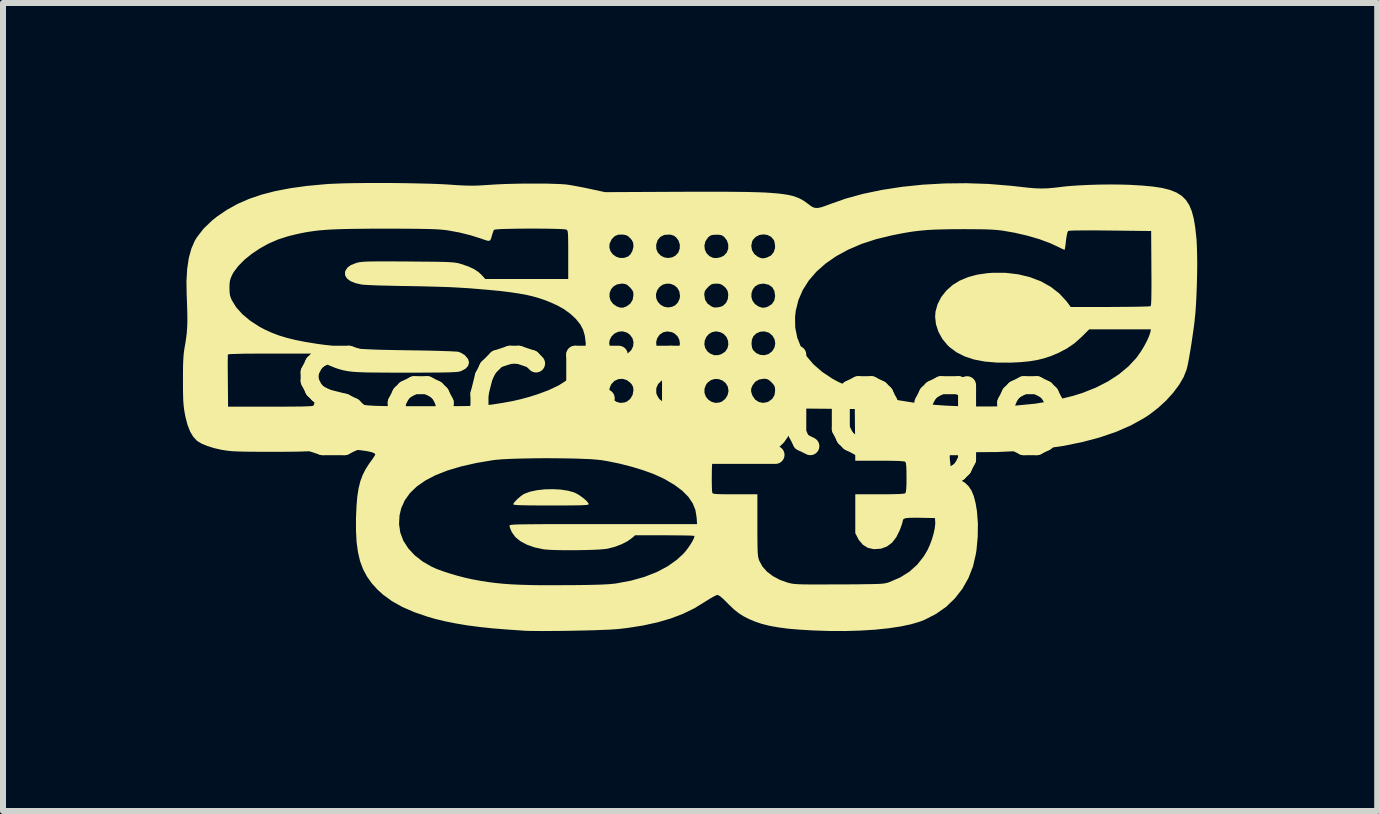
<source format=kicad_pcb>
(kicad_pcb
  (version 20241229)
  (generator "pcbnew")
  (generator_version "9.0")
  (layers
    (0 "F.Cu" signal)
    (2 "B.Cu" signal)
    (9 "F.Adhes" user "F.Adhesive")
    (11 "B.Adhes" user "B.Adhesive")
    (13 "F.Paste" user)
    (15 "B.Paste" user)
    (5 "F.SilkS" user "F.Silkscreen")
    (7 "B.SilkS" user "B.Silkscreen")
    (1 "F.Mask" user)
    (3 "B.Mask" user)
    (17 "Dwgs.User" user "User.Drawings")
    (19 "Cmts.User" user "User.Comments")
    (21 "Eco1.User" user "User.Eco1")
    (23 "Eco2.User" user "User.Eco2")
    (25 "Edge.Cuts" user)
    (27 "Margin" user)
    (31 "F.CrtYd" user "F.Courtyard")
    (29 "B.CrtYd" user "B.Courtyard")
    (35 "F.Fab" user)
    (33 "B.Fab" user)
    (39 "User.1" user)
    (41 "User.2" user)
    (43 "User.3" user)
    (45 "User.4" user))
  (footprint "SoCET_logo"
    (layer "F.Cu")
    (at 8.317 3.698)
    (property "Reference" "SoCET_logo" (at 0 0 0) (layer "F.SilkS") (effects (font (size 1.524 1.524) (thickness 0.3))))
    (attr board_only exclude_from_pos_files exclude_from_bom)
    (fp_poly (pts (xy -2.02 1.413) (xy -1.897 1.432) (xy -1.797 1.46) (xy -1.746 1.485) (xy -1.691 1.52) (xy -1.637 1.56) (xy -1.592 1.6) (xy -1.562 1.635) (xy -1.554 1.656) (xy -1.558 1.661) (xy -1.571 1.666) (xy -1.597 1.67) (xy -1.638 1.672) (xy -1.697 1.675) (xy -1.776 1.676) (xy -1.878 1.677) (xy -2.005 1.678) (xy -2.16 1.678) (xy -2.183 1.678) (xy -2.344 1.678) (xy -2.477 1.677) (xy -2.584 1.676) (xy -2.667 1.674) (xy -2.729 1.672) (xy -2.772 1.669) (xy -2.798 1.665) (xy -2.81 1.661) (xy -2.812 1.658) (xy -2.8 1.634) (xy -2.771 1.6) (xy -2.73 1.56) (xy -2.685 1.522) (xy -2.643 1.492) (xy -2.63 1.485) (xy -2.535 1.449) (xy -2.419 1.424) (xy -2.289 1.409) (xy -2.153 1.406)) (stroke (width 0) (type solid)) (fill yes) (layer "F.SilkS"))
    (fp_poly (pts (xy -4.911 -3.698) (xy -4.717 -3.696) (xy -4.526 -3.693) (xy -4.343 -3.689) (xy -4.175 -3.685) (xy -4.025 -3.679) (xy -3.898 -3.672) (xy -3.898 -3.672) (xy -3.768 -3.663) (xy -3.663 -3.657) (xy -3.575 -3.654) (xy -3.497 -3.653) (xy -3.422 -3.654) (xy -3.344 -3.658) (xy -3.255 -3.664) (xy -3.206 -3.667) (xy -3.093 -3.674) (xy -2.963 -3.68) (xy -2.822 -3.684) (xy -2.675 -3.687) (xy -2.526 -3.688) (xy -2.38 -3.688) (xy -2.243 -3.687) (xy -2.119 -3.683) (xy -2.014 -3.679) (xy -1.931 -3.673) (xy -1.895 -3.668) (xy -1.832 -3.658) (xy -1.747 -3.642) (xy -1.651 -3.624) (xy -1.554 -3.604) (xy -1.522 -3.597) (xy -1.282 -3.545) (xy -0.07 -3.551) (xy 0.216 -3.552) (xy 0.472 -3.552) (xy 0.702 -3.552) (xy 0.906 -3.55) (xy 1.086 -3.548) (xy 1.244 -3.544) (xy 1.383 -3.539) (xy 1.504 -3.531) (xy 1.608 -3.522) (xy 1.699 -3.511) (xy 1.777 -3.498) (xy 1.845 -3.482) (xy 1.904 -3.463) (xy 1.956 -3.442) (xy 2.004 -3.417) (xy 2.048 -3.39) (xy 2.091 -3.358) (xy 2.126 -3.332) (xy 2.169 -3.301) (xy 2.211 -3.284) (xy 2.258 -3.281) (xy 2.315 -3.291) (xy 2.389 -3.315) (xy 2.455 -3.34) (xy 2.726 -3.436) (xy 3.021 -3.517) (xy 3.338 -3.583) (xy 3.671 -3.634) (xy 4.018 -3.67) (xy 4.376 -3.69) (xy 4.74 -3.694) (xy 5.108 -3.682) (xy 5.475 -3.652) (xy 5.631 -3.635) (xy 5.772 -3.619) (xy 5.891 -3.609) (xy 5.998 -3.606) (xy 6.099 -3.609) (xy 6.203 -3.618) (xy 6.284 -3.628) (xy 6.424 -3.644) (xy 6.587 -3.656) (xy 6.767 -3.665) (xy 6.957 -3.671) (xy 7.148 -3.673) (xy 7.334 -3.671) (xy 7.463 -3.667) (xy 7.672 -3.655) (xy 7.852 -3.638) (xy 8.005 -3.615) (xy 8.135 -3.582) (xy 8.243 -3.539) (xy 8.331 -3.484) (xy 8.402 -3.414) (xy 8.457 -3.329) (xy 8.5 -3.225) (xy 8.533 -3.101) (xy 8.557 -2.956) (xy 8.575 -2.788) (xy 8.578 -2.761) (xy 8.584 -2.647) (xy 8.588 -2.508) (xy 8.59 -2.352) (xy 8.588 -2.185) (xy 8.584 -2.013) (xy 8.578 -1.843) (xy 8.57 -1.682) (xy 8.56 -1.536) (xy 8.547 -1.412) (xy 8.547 -1.405) (xy 8.531 -1.278) (xy 8.512 -1.147) (xy 8.493 -1.017) (xy 8.473 -0.894) (xy 8.454 -0.783) (xy 8.436 -0.688) (xy 8.42 -0.616) (xy 8.412 -0.586) (xy 8.363 -0.462) (xy 8.287 -0.332) (xy 8.189 -0.201) (xy 8.072 -0.072) (xy 7.939 0.05) (xy 7.795 0.162) (xy 7.704 0.221) (xy 7.484 0.343) (xy 7.237 0.451) (xy 6.964 0.544) (xy 6.666 0.623) (xy 6.346 0.687) (xy 6.003 0.736) (xy 5.638 0.769) (xy 5.254 0.787) (xy 4.85 0.79) (xy 4.834 0.789) (xy 4.716 0.788) (xy 4.626 0.788) (xy 4.559 0.791) (xy 4.513 0.798) (xy 4.485 0.81) (xy 4.469 0.829) (xy 4.464 0.856) (xy 4.465 0.892) (xy 4.468 0.922) (xy 4.478 1.02) (xy 4.49 1.092) (xy 4.507 1.144) (xy 4.531 1.182) (xy 4.565 1.212) (xy 4.613 1.239) (xy 4.638 1.252) (xy 4.716 1.297) (xy 4.778 1.356) (xy 4.828 1.431) (xy 4.867 1.527) (xy 4.897 1.646) (xy 4.918 1.775) (xy 4.934 1.979) (xy 4.931 2.199) (xy 4.91 2.424) (xy 4.9 2.486) (xy 4.852 2.694) (xy 4.776 2.888) (xy 4.676 3.066) (xy 4.551 3.226) (xy 4.405 3.367) (xy 4.237 3.485) (xy 4.051 3.581) (xy 3.968 3.614) (xy 3.82 3.658) (xy 3.644 3.695) (xy 3.445 3.725) (xy 3.223 3.748) (xy 2.983 3.763) (xy 2.726 3.771) (xy 2.457 3.77) (xy 2.183 3.761) (xy 1.965 3.748) (xy 1.774 3.732) (xy 1.607 3.71) (xy 1.461 3.684) (xy 1.33 3.651) (xy 1.213 3.611) (xy 1.123 3.573) (xy 1.028 3.525) (xy 0.945 3.472) (xy 0.864 3.407) (xy 0.777 3.324) (xy 0.753 3.299) (xy 0.687 3.234) (xy 0.638 3.192) (xy 0.604 3.172) (xy 0.591 3.169) (xy 0.565 3.178) (xy 0.52 3.201) (xy 0.461 3.235) (xy 0.394 3.277) (xy 0.38 3.286) (xy 0.205 3.393) (xy 0.018 3.484) (xy -0.184 3.561) (xy -0.406 3.626) (xy -0.649 3.679) (xy -0.917 3.721) (xy -1.056 3.737) (xy -1.12 3.742) (xy -1.21 3.748) (xy -1.322 3.752) (xy -1.451 3.757) (xy -1.592 3.761) (xy -1.741 3.764) (xy -1.894 3.767) (xy -2.045 3.769) (xy -2.189 3.77) (xy -2.323 3.771) (xy -2.441 3.77) (xy -2.54 3.769) (xy -2.613 3.766) (xy -2.618 3.766) (xy -2.897 3.747) (xy -3.148 3.727) (xy -3.375 3.703) (xy -3.582 3.676) (xy -3.771 3.644) (xy -3.947 3.609) (xy -4.112 3.569) (xy -4.237 3.533) (xy -4.462 3.456) (xy -4.659 3.37) (xy -4.831 3.274) (xy -4.98 3.166) (xy -5.071 3.084) (xy -5.169 2.976) (xy -5.25 2.862) (xy -5.315 2.74) (xy -5.365 2.606) (xy -5.4 2.456) (xy -5.423 2.287) (xy -5.433 2.095) (xy -5.433 1.99) (xy -4.715 1.99) (xy -4.694 2.132) (xy -4.643 2.266) (xy -4.563 2.391) (xy -4.456 2.507) (xy -4.323 2.611) (xy -4.171 2.699) (xy -4.091 2.735) (xy -3.988 2.773) (xy -3.869 2.812) (xy -3.743 2.849) (xy -3.616 2.882) (xy -3.495 2.909) (xy -3.483 2.911) (xy -3.359 2.934) (xy -3.238 2.953) (xy -3.116 2.969) (xy -2.989 2.982) (xy -2.854 2.992) (xy -2.707 2.999) (xy -2.544 3.004) (xy -2.36 3.007) (xy -2.154 3.007) (xy -1.92 3.006) (xy -1.919 3.006) (xy -1.739 3.005) (xy -1.587 3.003) (xy -1.46 3) (xy -1.355 2.997) (xy -1.267 2.993) (xy -1.194 2.988) (xy -1.132 2.982) (xy -1.093 2.977) (xy -0.848 2.931) (xy -0.623 2.868) (xy -0.419 2.788) (xy -0.238 2.692) (xy -0.082 2.581) (xy 0.026 2.481) (xy 0.07 2.43) (xy 0.113 2.372) (xy 0.152 2.313) (xy 0.183 2.259) (xy 0.203 2.216) (xy 0.209 2.189) (xy 0.207 2.185) (xy 0.189 2.183) (xy 0.145 2.18) (xy 0.077 2.178) (xy -0.011 2.177) (xy -0.115 2.176) (xy -0.231 2.175) (xy -0.292 2.175) (xy -0.78 2.175) (xy -0.837 2.224) (xy -0.911 2.276) (xy -1.007 2.325) (xy -1.115 2.366) (xy -1.227 2.395) (xy -1.251 2.4) (xy -1.311 2.407) (xy -1.396 2.413) (xy -1.501 2.418) (xy -1.619 2.421) (xy -1.745 2.423) (xy -1.872 2.424) (xy -1.996 2.423) (xy -2.109 2.421) (xy -2.207 2.417) (xy -2.283 2.411) (xy -2.315 2.407) (xy -2.459 2.376) (xy -2.587 2.33) (xy -2.693 2.273) (xy -2.776 2.205) (xy -2.832 2.128) (xy -2.834 2.125) (xy -2.856 2.076) (xy -2.871 2.035) (xy -2.874 2.017) (xy -2.873 2.012) (xy -2.869 2.008) (xy -2.859 2.004) (xy -2.843 2.001) (xy -2.819 1.999) (xy -2.784 1.996) (xy -2.736 1.994) (xy -2.675 1.993) (xy -2.598 1.992) (xy -2.504 1.991) (xy -2.39 1.99) (xy -2.256 1.989) (xy -2.098 1.989) (xy -1.916 1.989) (xy -1.707 1.989) (xy -1.47 1.989) (xy -1.311 1.989) (xy 0.253 1.989) (xy 0.245 1.875) (xy 0.225 1.753) (xy 0.179 1.64) (xy 0.106 1.533) (xy 0.005 1.431) (xy -0.124 1.335) (xy -0.283 1.241) (xy -0.334 1.215) (xy -0.38 1.195) (xy 0.498 1.195) (xy 0.498 1.274) (xy 0.499 1.348) (xy 0.501 1.41) (xy 0.504 1.452) (xy 0.507 1.467) (xy 0.513 1.475) (xy 0.527 1.481) (xy 0.553 1.485) (xy 0.595 1.488) (xy 0.656 1.49) (xy 0.739 1.491) (xy 0.849 1.491) (xy 0.887 1.491) (xy 1.258 1.491) (xy 1.258 2.003) (xy 1.258 2.144) (xy 1.259 2.258) (xy 1.26 2.348) (xy 1.262 2.418) (xy 1.264 2.471) (xy 1.268 2.512) (xy 1.273 2.544) (xy 1.28 2.571) (xy 1.288 2.596) (xy 1.29 2.6) (xy 1.341 2.694) (xy 1.418 2.781) (xy 1.519 2.857) (xy 1.638 2.92) (xy 1.772 2.967) (xy 1.774 2.967) (xy 1.802 2.974) (xy 1.831 2.98) (xy 1.863 2.985) (xy 1.902 2.988) (xy 1.951 2.991) (xy 2.013 2.993) (xy 2.09 2.994) (xy 2.186 2.995) (xy 2.305 2.995) (xy 2.448 2.994) (xy 2.618 2.993) (xy 2.625 2.993) (xy 2.796 2.993) (xy 2.939 2.992) (xy 3.056 2.99) (xy 3.151 2.989) (xy 3.227 2.987) (xy 3.287 2.985) (xy 3.333 2.982) (xy 3.37 2.978) (xy 3.398 2.973) (xy 3.423 2.967) (xy 3.446 2.96) (xy 3.464 2.953) (xy 3.64 2.877) (xy 3.792 2.782) (xy 3.921 2.666) (xy 4.03 2.529) (xy 4.093 2.423) (xy 4.132 2.337) (xy 4.168 2.242) (xy 4.196 2.145) (xy 4.215 2.055) (xy 4.223 1.982) (xy 4.223 1.963) (xy 4.218 1.888) (xy 3.971 1.883) (xy 3.869 1.882) (xy 3.793 1.884) (xy 3.74 1.888) (xy 3.707 1.897) (xy 3.689 1.91) (xy 3.682 1.929) (xy 3.682 1.937) (xy 3.676 1.96) (xy 3.662 2.005) (xy 3.642 2.062) (xy 3.633 2.086) (xy 3.574 2.206) (xy 3.503 2.298) (xy 3.417 2.362) (xy 3.319 2.398) (xy 3.208 2.406) (xy 3.192 2.405) (xy 3.097 2.383) (xy 3.017 2.333) (xy 2.952 2.257) (xy 2.933 2.223) (xy 2.89 2.14) (xy 2.89 1.491) (xy 3.298 1.491) (xy 3.434 1.491) (xy 3.541 1.489) (xy 3.621 1.487) (xy 3.677 1.483) (xy 3.712 1.478) (xy 3.725 1.473) (xy 3.733 1.451) (xy 3.739 1.404) (xy 3.743 1.329) (xy 3.744 1.226) (xy 3.744 1.212) (xy 3.743 1.105) (xy 3.74 1.027) (xy 3.734 0.976) (xy 3.726 0.952) (xy 3.725 0.951) (xy 3.709 0.945) (xy 3.673 0.94) (xy 3.615 0.936) (xy 3.532 0.934) (xy 3.422 0.932) (xy 3.298 0.932) (xy 2.89 0.932) (xy 2.886 0.501) (xy 2.882 0.07) (xy 2.421 0.066) (xy 1.96 0.062) (xy 1.935 0.151) (xy 1.873 0.336) (xy 1.794 0.494) (xy 1.701 0.627) (xy 1.592 0.733) (xy 1.474 0.809) (xy 1.379 0.847) (xy 1.258 0.879) (xy 1.115 0.904) (xy 0.955 0.921) (xy 0.781 0.931) (xy 0.681 0.932) (xy 0.608 0.932) (xy 0.56 0.934) (xy 0.531 0.939) (xy 0.516 0.947) (xy 0.509 0.96) (xy 0.507 0.967) (xy 0.503 0.997) (xy 0.5 1.049) (xy 0.499 1.118) (xy 0.498 1.195) (xy -0.38 1.195) (xy -0.478 1.151) (xy -0.647 1.09) (xy -0.834 1.033) (xy -1.032 0.982) (xy -1.235 0.94) (xy -1.344 0.922) (xy -1.418 0.914) (xy -1.519 0.906) (xy -1.642 0.901) (xy -1.782 0.896) (xy -1.935 0.893) (xy -2.097 0.891) (xy -2.263 0.89) (xy -2.429 0.891) (xy -2.589 0.894) (xy -2.74 0.897) (xy -2.877 0.902) (xy -2.996 0.908) (xy -3.092 0.916) (xy -3.138 0.921) (xy -3.424 0.969) (xy -3.68 1.027) (xy -3.908 1.095) (xy -4.107 1.173) (xy -4.277 1.262) (xy -4.419 1.361) (xy -4.533 1.471) (xy -4.62 1.592) (xy -4.679 1.724) (xy -4.707 1.843) (xy -4.715 1.99) (xy -5.433 1.99) (xy -5.433 1.878) (xy -5.432 1.864) (xy -5.424 1.683) (xy -5.411 1.528) (xy -5.39 1.394) (xy -5.361 1.276) (xy -5.322 1.171) (xy -5.272 1.072) (xy -5.21 0.976) (xy -5.182 0.937) (xy -5.148 0.89) (xy -5.123 0.851) (xy -5.111 0.829) (xy -5.111 0.827) (xy -5.127 0.807) (xy -5.173 0.789) (xy -5.25 0.772) (xy -5.357 0.757) (xy -5.495 0.744) (xy -5.6 0.737) (xy -5.698 0.734) (xy -5.798 0.736) (xy -5.912 0.744) (xy -6.02 0.755) (xy -6.092 0.763) (xy -6.164 0.77) (xy -6.24 0.775) (xy -6.324 0.778) (xy -6.421 0.781) (xy -6.534 0.782) (xy -6.669 0.783) (xy -6.829 0.783) (xy -6.882 0.783) (xy -7.04 0.783) (xy -7.171 0.782) (xy -7.278 0.781) (xy -7.366 0.779) (xy -7.438 0.776) (xy -7.498 0.773) (xy -7.55 0.768) (xy -7.597 0.762) (xy -7.645 0.755) (xy -7.678 0.749) (xy -7.801 0.721) (xy -7.913 0.686) (xy -8.006 0.647) (xy -8.076 0.605) (xy -8.088 0.595) (xy -8.148 0.53) (xy -8.198 0.445) (xy -8.24 0.338) (xy -8.275 0.205) (xy -8.289 0.132) (xy -8.299 0.072) (xy -8.306 0.008) (xy -8.312 -0.064) (xy -8.315 -0.151) (xy -8.317 -0.258) (xy -8.317 -0.389) (xy -8.317 -0.412) (xy -8.317 -0.54) (xy -8.316 -0.643) (xy -8.314 -0.705) (xy -7.571 -0.705) (xy -7.571 -0.618) (xy -7.57 -0.516) (xy -7.569 -0.404) (xy -7.569 -0.396) (xy -7.565 0.031) (xy -6.86 0.031) (xy -6.685 0.031) (xy -6.539 0.03) (xy -6.419 0.029) (xy -6.324 0.028) (xy -6.251 0.025) (xy -6.199 0.023) (xy -6.164 0.019) (xy -6.145 0.015) (xy -6.14 0.012) (xy -6.131 -0.013) (xy -6.122 -0.059) (xy -6.116 -0.115) (xy -6.11 -0.169) (xy -6.105 -0.209) (xy -6.101 -0.227) (xy -6.1 -0.228) (xy -6.084 -0.225) (xy -6.046 -0.213) (xy -5.99 -0.194) (xy -5.933 -0.174) (xy -5.684 -0.091) (xy -5.438 -0.027) (xy -5.329 -0.004) (xy -5.294 0.002) (xy -5.257 0.007) (xy -5.215 0.011) (xy -5.166 0.014) (xy -5.105 0.017) (xy -5.031 0.019) (xy -4.942 0.021) (xy -4.833 0.022) (xy -4.703 0.023) (xy -4.548 0.023) (xy -4.366 0.023) (xy -4.272 0.023) (xy -4.074 0.023) (xy -3.904 0.022) (xy -3.759 0.022) (xy -3.637 0.021) (xy -3.534 0.019) (xy -3.448 0.017) (xy -3.376 0.014) (xy -3.315 0.011) (xy -3.261 0.006) (xy -3.213 0.001) (xy -3.169 -0.004) (xy -2.988 -0.032) (xy -2.829 -0.061) (xy -2.681 -0.095) (xy -2.535 -0.135) (xy -2.412 -0.174) (xy -2.34 -0.2) (xy -1.208 -0.2) (xy -1.186 -0.138) (xy -1.146 -0.087) (xy -1.091 -0.05) (xy -1.027 -0.032) (xy -0.957 -0.039) (xy -0.915 -0.055) (xy -0.86 -0.1) (xy -0.822 -0.165) (xy -0.815 -0.202) (xy -0.428 -0.202) (xy -0.419 -0.168) (xy -0.381 -0.101) (xy -0.326 -0.056) (xy -0.259 -0.034) (xy -0.187 -0.037) (xy -0.129 -0.062) (xy -0.074 -0.112) (xy -0.041 -0.176) (xy -0.038 -0.2) (xy 0.376 -0.2) (xy 0.398 -0.138) (xy 0.439 -0.087) (xy 0.494 -0.05) (xy 0.558 -0.032) (xy 0.628 -0.039) (xy 0.669 -0.055) (xy 0.723 -0.099) (xy 0.761 -0.16) (xy 0.776 -0.225) (xy 1.153 -0.225) (xy 1.167 -0.175) (xy 1.179 -0.147) (xy 1.222 -0.086) (xy 1.282 -0.047) (xy 1.352 -0.032) (xy 1.423 -0.045) (xy 1.444 -0.054) (xy 1.507 -0.1) (xy 1.543 -0.162) (xy 1.554 -0.237) (xy 1.551 -0.286) (xy 1.539 -0.321) (xy 1.512 -0.355) (xy 1.493 -0.375) (xy 1.453 -0.411) (xy 1.418 -0.429) (xy 1.377 -0.435) (xy 1.365 -0.435) (xy 1.285 -0.421) (xy 1.221 -0.383) (xy 1.176 -0.322) (xy 1.176 -0.322) (xy 1.155 -0.27) (xy 1.153 -0.225) (xy 0.776 -0.225) (xy 0.777 -0.229) (xy 0.777 -0.233) (xy 0.764 -0.306) (xy 0.728 -0.364) (xy 0.677 -0.405) (xy 0.615 -0.428) (xy 0.55 -0.431) (xy 0.486 -0.413) (xy 0.43 -0.372) (xy 0.403 -0.337) (xy 0.376 -0.268) (xy 0.376 -0.2) (xy -0.038 -0.2) (xy -0.033 -0.247) (xy -0.049 -0.316) (xy -0.09 -0.377) (xy -0.152 -0.418) (xy -0.223 -0.434) (xy -0.296 -0.424) (xy -0.342 -0.401) (xy -0.397 -0.346) (xy -0.427 -0.278) (xy -0.428 -0.202) (xy -0.815 -0.202) (xy -0.808 -0.241) (xy -0.808 -0.245) (xy -0.813 -0.295) (xy -0.833 -0.336) (xy -0.859 -0.367) (xy -0.92 -0.413) (xy -0.989 -0.433) (xy -1.06 -0.428) (xy -1.125 -0.398) (xy -1.177 -0.344) (xy -1.181 -0.337) (xy -1.208 -0.268) (xy -1.208 -0.2) (xy -2.34 -0.2) (xy -2.218 -0.246) (xy -2.052 -0.325) (xy -1.914 -0.413) (xy -1.802 -0.511) (xy -1.715 -0.62) (xy -1.651 -0.741) (xy -1.631 -0.793) (xy -1.607 -0.903) (xy -1.603 -1.025) (xy -1.212 -1.025) (xy -1.198 -0.953) (xy -1.161 -0.894) (xy -1.107 -0.852) (xy -1.042 -0.829) (xy -0.973 -0.829) (xy -0.905 -0.855) (xy -0.9 -0.859) (xy -0.843 -0.913) (xy -0.813 -0.977) (xy -0.807 -1.046) (xy -0.807 -1.047) (xy -0.429 -1.047) (xy -0.424 -0.974) (xy -0.395 -0.911) (xy -0.347 -0.863) (xy -0.285 -0.833) (xy -0.216 -0.825) (xy -0.145 -0.844) (xy -0.138 -0.847) (xy -0.08 -0.892) (xy -0.046 -0.951) (xy -0.035 -1.009) (xy 0.374 -1.009) (xy 0.388 -0.947) (xy 0.425 -0.891) (xy 0.471 -0.854) (xy 0.538 -0.827) (xy 0.609 -0.829) (xy 0.66 -0.846) (xy 0.72 -0.885) (xy 0.758 -0.94) (xy 0.774 -1.003) (xy 0.773 -1.014) (xy 1.16 -1.014) (xy 1.17 -0.949) (xy 1.186 -0.914) (xy 1.237 -0.863) (xy 1.303 -0.833) (xy 1.376 -0.827) (xy 1.444 -0.846) (xy 1.505 -0.893) (xy 1.542 -0.953) (xy 1.556 -1.02) (xy 1.546 -1.088) (xy 1.512 -1.15) (xy 1.455 -1.199) (xy 1.444 -1.204) (xy 1.375 -1.224) (xy 1.303 -1.218) (xy 1.238 -1.189) (xy 1.189 -1.14) (xy 1.166 -1.083) (xy 1.16 -1.014) (xy 0.773 -1.014) (xy 0.769 -1.068) (xy 0.743 -1.13) (xy 0.697 -1.181) (xy 0.64 -1.211) (xy 0.567 -1.224) (xy 0.502 -1.211) (xy 0.447 -1.178) (xy 0.406 -1.13) (xy 0.381 -1.072) (xy 0.374 -1.009) (xy -0.035 -1.009) (xy -0.033 -1.017) (xy -0.043 -1.083) (xy -0.074 -1.144) (xy -0.126 -1.191) (xy -0.168 -1.211) (xy -0.244 -1.223) (xy -0.314 -1.208) (xy -0.372 -1.168) (xy -0.413 -1.108) (xy -0.429 -1.047) (xy -0.807 -1.047) (xy -0.825 -1.112) (xy -0.868 -1.17) (xy -0.917 -1.204) (xy -0.987 -1.225) (xy -1.057 -1.219) (xy -1.121 -1.19) (xy -1.172 -1.142) (xy -1.204 -1.08) (xy -1.212 -1.025) (xy -1.603 -1.025) (xy -1.603 -1.026) (xy -1.618 -1.149) (xy -1.647 -1.251) (xy -1.694 -1.34) (xy -1.767 -1.431) (xy -1.799 -1.461) (xy 1.886 -1.461) (xy 1.889 -1.287) (xy 1.923 -1.12) (xy 1.985 -0.962) (xy 2.075 -0.813) (xy 2.193 -0.675) (xy 2.338 -0.549) (xy 2.509 -0.435) (xy 2.609 -0.381) (xy 2.814 -0.29) (xy 3.045 -0.21) (xy 3.299 -0.14) (xy 3.575 -0.082) (xy 3.869 -0.035) (xy 4.179 -0.002) (xy 4.404 0.014) (xy 4.572 0.021) (xy 4.752 0.026) (xy 4.939 0.028) (xy 5.124 0.028) (xy 5.298 0.025) (xy 5.454 0.02) (xy 5.539 0.015) (xy 5.889 -0.019) (xy 6.217 -0.074) (xy 6.524 -0.15) (xy 6.68 -0.199) (xy 6.901 -0.287) (xy 7.103 -0.39) (xy 7.284 -0.508) (xy 7.441 -0.638) (xy 7.572 -0.778) (xy 7.593 -0.806) (xy 7.648 -0.884) (xy 7.701 -0.97) (xy 7.747 -1.056) (xy 7.783 -1.134) (xy 7.805 -1.197) (xy 7.808 -1.208) (xy 7.818 -1.258) (xy 6.789 -1.258) (xy 6.661 -1.13) (xy 6.543 -1.025) (xy 6.416 -0.938) (xy 6.272 -0.863) (xy 6.152 -0.813) (xy 6.037 -0.775) (xy 5.919 -0.746) (xy 5.79 -0.725) (xy 5.643 -0.711) (xy 5.476 -0.703) (xy 5.25 -0.704) (xy 5.049 -0.721) (xy 4.871 -0.755) (xy 4.716 -0.806) (xy 4.58 -0.874) (xy 4.464 -0.96) (xy 4.428 -0.994) (xy 4.341 -1.099) (xy 4.276 -1.217) (xy 4.235 -1.342) (xy 4.221 -1.468) (xy 4.227 -1.553) (xy 4.262 -1.678) (xy 4.324 -1.798) (xy 4.41 -1.906) (xy 4.516 -2) (xy 4.631 -2.07) (xy 4.774 -2.13) (xy 4.928 -2.171) (xy 5.099 -2.195) (xy 5.181 -2.201) (xy 5.401 -2.2) (xy 5.609 -2.175) (xy 5.805 -2.127) (xy 5.986 -2.058) (xy 6.148 -1.967) (xy 6.291 -1.856) (xy 6.41 -1.727) (xy 6.426 -1.706) (xy 6.481 -1.631) (xy 7.136 -1.631) (xy 7.276 -1.632) (xy 7.407 -1.633) (xy 7.525 -1.634) (xy 7.627 -1.636) (xy 7.71 -1.638) (xy 7.77 -1.64) (xy 7.804 -1.643) (xy 7.81 -1.644) (xy 7.816 -1.654) (xy 7.82 -1.677) (xy 7.823 -1.717) (xy 7.825 -1.775) (xy 7.826 -1.854) (xy 7.827 -1.956) (xy 7.827 -2.084) (xy 7.826 -2.24) (xy 7.826 -2.277) (xy 7.822 -2.897) (xy 7.14 -2.905) (xy 6.955 -2.907) (xy 6.797 -2.908) (xy 6.667 -2.907) (xy 6.565 -2.906) (xy 6.493 -2.904) (xy 6.45 -2.9) (xy 6.438 -2.897) (xy 6.427 -2.875) (xy 6.416 -2.829) (xy 6.406 -2.766) (xy 6.402 -2.736) (xy 6.395 -2.672) (xy 6.388 -2.622) (xy 6.382 -2.591) (xy 6.38 -2.585) (xy 6.365 -2.588) (xy 6.33 -2.604) (xy 6.291 -2.624) (xy 6.137 -2.695) (xy 5.959 -2.761) (xy 5.761 -2.819) (xy 5.548 -2.868) (xy 5.361 -2.901) (xy 5.302 -2.909) (xy 5.24 -2.915) (xy 5.171 -2.92) (xy 5.089 -2.924) (xy 4.992 -2.926) (xy 4.874 -2.927) (xy 4.731 -2.928) (xy 4.661 -2.928) (xy 4.483 -2.927) (xy 4.331 -2.924) (xy 4.199 -2.92) (xy 4.081 -2.913) (xy 3.97 -2.903) (xy 3.862 -2.89) (xy 3.751 -2.873) (xy 3.631 -2.851) (xy 3.506 -2.826) (xy 3.24 -2.762) (xy 2.995 -2.682) (xy 2.772 -2.586) (xy 2.571 -2.477) (xy 2.394 -2.354) (xy 2.242 -2.219) (xy 2.115 -2.072) (xy 2.015 -1.914) (xy 1.942 -1.746) (xy 1.898 -1.569) (xy 1.886 -1.461) (xy -1.799 -1.461) (xy -1.86 -1.518) (xy -1.967 -1.595) (xy -2.068 -1.652) (xy -2.172 -1.7) (xy -2.273 -1.741) (xy -2.375 -1.776) (xy -2.462 -1.801) (xy -1.207 -1.801) (xy -1.189 -1.738) (xy -1.148 -1.683) (xy -1.084 -1.639) (xy -1.08 -1.638) (xy -1.025 -1.619) (xy -0.976 -1.621) (xy -0.921 -1.642) (xy -0.86 -1.687) (xy -0.821 -1.751) (xy -0.808 -1.831) (xy -0.808 -1.831) (xy -0.809 -1.841) (xy -0.433 -1.841) (xy -0.428 -1.775) (xy -0.401 -1.716) (xy -0.357 -1.669) (xy -0.3 -1.636) (xy -0.235 -1.623) (xy -0.166 -1.633) (xy -0.113 -1.658) (xy -0.067 -1.705) (xy -0.038 -1.769) (xy -0.031 -1.818) (xy -0.034 -1.833) (xy 0.373 -1.833) (xy 0.386 -1.752) (xy 0.426 -1.688) (xy 0.491 -1.641) (xy 0.528 -1.625) (xy 0.567 -1.622) (xy 0.618 -1.628) (xy 0.667 -1.642) (xy 0.686 -1.652) (xy 0.736 -1.699) (xy 0.766 -1.765) (xy 0.769 -1.799) (xy 1.158 -1.799) (xy 1.176 -1.737) (xy 1.215 -1.682) (xy 1.275 -1.64) (xy 1.28 -1.638) (xy 1.336 -1.619) (xy 1.385 -1.621) (xy 1.435 -1.637) (xy 1.5 -1.679) (xy 1.54 -1.739) (xy 1.554 -1.813) (xy 1.542 -1.896) (xy 1.507 -1.959) (xy 1.45 -2) (xy 1.372 -2.019) (xy 1.346 -2.02) (xy 1.275 -2.007) (xy 1.219 -1.973) (xy 1.181 -1.923) (xy 1.16 -1.863) (xy 1.158 -1.799) (xy 0.769 -1.799) (xy 0.773 -1.839) (xy 0.772 -1.845) (xy 0.761 -1.9) (xy 0.735 -1.942) (xy 0.709 -1.969) (xy 0.669 -2) (xy 0.631 -2.016) (xy 0.58 -2.02) (xy 0.573 -2.02) (xy 0.523 -2.017) (xy 0.488 -2.006) (xy 0.454 -1.98) (xy 0.433 -1.959) (xy 0.396 -1.918) (xy 0.378 -1.884) (xy 0.373 -1.843) (xy 0.373 -1.833) (xy -0.034 -1.833) (xy -0.044 -1.893) (xy -0.079 -1.952) (xy -0.129 -1.993) (xy -0.19 -2.017) (xy -0.255 -2.02) (xy -0.319 -2.003) (xy -0.375 -1.962) (xy -0.412 -1.91) (xy -0.433 -1.841) (xy -0.809 -1.841) (xy -0.811 -1.876) (xy -0.826 -1.91) (xy -0.857 -1.948) (xy -0.868 -1.959) (xy -0.907 -1.995) (xy -0.941 -2.013) (xy -0.981 -2.019) (xy -1.006 -2.02) (xy -1.082 -2.007) (xy -1.141 -1.973) (xy -1.182 -1.924) (xy -1.205 -1.865) (xy -1.207 -1.801) (xy -2.462 -1.801) (xy -2.482 -1.807) (xy -2.598 -1.834) (xy -2.727 -1.857) (xy -2.871 -1.878) (xy -3.036 -1.898) (xy -3.224 -1.916) (xy -3.426 -1.933) (xy -3.535 -1.942) (xy -3.641 -1.949) (xy -3.746 -1.955) (xy -3.855 -1.961) (xy -3.973 -1.965) (xy -4.103 -1.969) (xy -4.249 -1.973) (xy -4.417 -1.977) (xy -4.61 -1.98) (xy -4.692 -1.981) (xy -4.824 -1.984) (xy -4.951 -1.987) (xy -5.068 -1.99) (xy -5.17 -1.994) (xy -5.253 -1.998) (xy -5.313 -2.002) (xy -5.341 -2.005) (xy -5.445 -2.029) (xy -5.527 -2.063) (xy -5.583 -2.106) (xy -5.614 -2.157) (xy -5.616 -2.213) (xy -5.608 -2.236) (xy -5.574 -2.289) (xy -5.518 -2.33) (xy -5.435 -2.362) (xy -5.408 -2.37) (xy -5.382 -2.376) (xy -5.351 -2.38) (xy -5.312 -2.384) (xy -5.262 -2.387) (xy -5.198 -2.389) (xy -5.118 -2.39) (xy -5.018 -2.391) (xy -4.897 -2.391) (xy -4.75 -2.39) (xy -4.575 -2.389) (xy -4.556 -2.389) (xy -4.382 -2.387) (xy -4.237 -2.386) (xy -4.116 -2.385) (xy -4.018 -2.383) (xy -3.939 -2.381) (xy -3.877 -2.378) (xy -3.827 -2.375) (xy -3.788 -2.371) (xy -3.756 -2.366) (xy -3.728 -2.361) (xy -3.701 -2.353) (xy -3.683 -2.348) (xy -3.562 -2.307) (xy -3.466 -2.263) (xy -3.391 -2.213) (xy -3.341 -2.167) (xy -3.277 -2.097) (xy -1.895 -2.097) (xy -1.895 -2.501) (xy -1.895 -2.619) (xy -1.209 -2.619) (xy -1.189 -2.558) (xy -1.15 -2.507) (xy -1.097 -2.469) (xy -1.034 -2.448) (xy -0.964 -2.449) (xy -0.897 -2.472) (xy -0.857 -2.509) (xy -0.826 -2.564) (xy -0.809 -2.629) (xy -0.808 -2.653) (xy -0.81 -2.67) (xy -0.429 -2.67) (xy -0.427 -2.598) (xy -0.401 -2.537) (xy -0.355 -2.489) (xy -0.296 -2.458) (xy -0.229 -2.447) (xy -0.16 -2.459) (xy -0.107 -2.487) (xy -0.061 -2.537) (xy -0.037 -2.602) (xy -0.035 -2.657) (xy 0.375 -2.657) (xy 0.382 -2.588) (xy 0.411 -2.526) (xy 0.461 -2.477) (xy 0.52 -2.45) (xy 0.578 -2.446) (xy 0.643 -2.459) (xy 0.698 -2.485) (xy 0.7 -2.487) (xy 0.747 -2.537) (xy 0.772 -2.602) (xy 0.772 -2.651) (xy 1.156 -2.651) (xy 1.168 -2.579) (xy 1.205 -2.516) (xy 1.264 -2.469) (xy 1.28 -2.461) (xy 1.319 -2.446) (xy 1.349 -2.441) (xy 1.385 -2.447) (xy 1.417 -2.455) (xy 1.484 -2.488) (xy 1.53 -2.543) (xy 1.552 -2.613) (xy 1.553 -2.638) (xy 1.548 -2.691) (xy 1.537 -2.735) (xy 1.532 -2.747) (xy 1.487 -2.8) (xy 1.427 -2.831) (xy 1.36 -2.841) (xy 1.292 -2.831) (xy 1.231 -2.8) (xy 1.184 -2.75) (xy 1.171 -2.724) (xy 1.156 -2.651) (xy 0.772 -2.651) (xy 0.773 -2.672) (xy 0.75 -2.74) (xy 0.715 -2.787) (xy 0.684 -2.815) (xy 0.654 -2.829) (xy 0.612 -2.835) (xy 0.575 -2.835) (xy 0.52 -2.833) (xy 0.484 -2.825) (xy 0.454 -2.806) (xy 0.434 -2.787) (xy 0.392 -2.726) (xy 0.375 -2.657) (xy -0.035 -2.657) (xy -0.035 -2.672) (xy -0.057 -2.739) (xy -0.091 -2.785) (xy -0.133 -2.819) (xy -0.184 -2.835) (xy -0.212 -2.838) (xy -0.294 -2.832) (xy -0.359 -2.8) (xy -0.405 -2.745) (xy -0.429 -2.67) (xy -0.81 -2.67) (xy -0.813 -2.702) (xy -0.833 -2.743) (xy -0.859 -2.775) (xy -0.899 -2.812) (xy -0.938 -2.83) (xy -0.987 -2.838) (xy -1.062 -2.836) (xy -1.12 -2.812) (xy -1.168 -2.763) (xy -1.176 -2.751) (xy -1.206 -2.684) (xy -1.209 -2.619) (xy -1.895 -2.619) (xy -1.895 -2.623) (xy -1.896 -2.718) (xy -1.897 -2.79) (xy -1.899 -2.841) (xy -1.902 -2.876) (xy -1.907 -2.898) (xy -1.913 -2.911) (xy -1.922 -2.918) (xy -1.925 -2.92) (xy -1.949 -2.925) (xy -1.999 -2.929) (xy -2.071 -2.932) (xy -2.161 -2.934) (xy -2.264 -2.936) (xy -2.377 -2.937) (xy -2.495 -2.937) (xy -2.614 -2.937) (xy -2.731 -2.936) (xy -2.84 -2.934) (xy -2.938 -2.932) (xy -3.02 -2.929) (xy -3.083 -2.925) (xy -3.122 -2.92) (xy -3.133 -2.917) (xy -3.144 -2.892) (xy -3.159 -2.848) (xy -3.17 -2.812) (xy -3.182 -2.769) (xy -3.195 -2.744) (xy -3.215 -2.733) (xy -3.247 -2.737) (xy -3.298 -2.753) (xy -3.348 -2.771) (xy -3.519 -2.825) (xy -3.706 -2.872) (xy -3.892 -2.906) (xy -3.941 -2.913) (xy -3.99 -2.918) (xy -4.048 -2.923) (xy -4.117 -2.927) (xy -4.201 -2.93) (xy -4.301 -2.932) (xy -4.421 -2.934) (xy -4.564 -2.935) (xy -4.732 -2.936) (xy -4.928 -2.936) (xy -4.945 -2.936) (xy -5.172 -2.936) (xy -5.371 -2.934) (xy -5.545 -2.932) (xy -5.698 -2.928) (xy -5.833 -2.923) (xy -5.953 -2.915) (xy -6.061 -2.906) (xy -6.161 -2.893) (xy -6.255 -2.879) (xy -6.348 -2.861) (xy -6.442 -2.84) (xy -6.54 -2.816) (xy -6.584 -2.804) (xy -6.737 -2.754) (xy -6.889 -2.688) (xy -7.035 -2.607) (xy -7.171 -2.516) (xy -7.292 -2.418) (xy -7.393 -2.316) (xy -7.471 -2.213) (xy -7.498 -2.165) (xy -7.522 -2.11) (xy -7.535 -2.062) (xy -7.541 -2.005) (xy -7.542 -1.95) (xy -7.54 -1.878) (xy -7.533 -1.824) (xy -7.517 -1.775) (xy -7.5 -1.739) (xy -7.427 -1.622) (xy -7.325 -1.509) (xy -7.197 -1.402) (xy -7.046 -1.304) (xy -6.952 -1.254) (xy -6.84 -1.203) (xy -6.72 -1.157) (xy -6.589 -1.117) (xy -6.442 -1.081) (xy -6.275 -1.048) (xy -6.085 -1.017) (xy -5.872 -0.988) (xy -5.75 -0.972) (xy -5.641 -0.959) (xy -5.539 -0.948) (xy -5.441 -0.94) (xy -5.342 -0.932) (xy -5.239 -0.926) (xy -5.126 -0.921) (xy -4.999 -0.917) (xy -4.854 -0.914) (xy -4.687 -0.911) (xy -4.497 -0.908) (xy -4.349 -0.906) (xy -4.209 -0.903) (xy -4.08 -0.9) (xy -3.965 -0.896) (xy -3.868 -0.893) (xy -3.793 -0.889) (xy -3.743 -0.886) (xy -3.723 -0.883) (xy -3.675 -0.863) (xy -3.623 -0.83) (xy -3.608 -0.817) (xy -3.563 -0.761) (xy -3.549 -0.705) (xy -3.563 -0.651) (xy -3.604 -0.604) (xy -3.671 -0.567) (xy -3.702 -0.556) (xy -3.725 -0.551) (xy -3.762 -0.547) (xy -3.816 -0.544) (xy -3.889 -0.541) (xy -3.982 -0.539) (xy -4.098 -0.538) (xy -4.238 -0.537) (xy -4.406 -0.536) (xy -4.598 -0.536) (xy -4.795 -0.536) (xy -4.964 -0.537) (xy -5.107 -0.538) (xy -5.228 -0.539) (xy -5.33 -0.542) (xy -5.415 -0.546) (xy -5.487 -0.551) (xy -5.549 -0.558) (xy -5.602 -0.567) (xy -5.651 -0.577) (xy -5.698 -0.59) (xy -5.747 -0.605) (xy -5.777 -0.615) (xy -5.887 -0.66) (xy -5.97 -0.712) (xy -6.029 -0.773) (xy -6.043 -0.796) (xy -6.076 -0.854) (xy -6.82 -0.854) (xy -7.008 -0.854) (xy -7.171 -0.853) (xy -7.307 -0.852) (xy -7.416 -0.849) (xy -7.496 -0.847) (xy -7.547 -0.843) (xy -7.568 -0.84) (xy -7.568 -0.839) (xy -7.569 -0.82) (xy -7.57 -0.774) (xy -7.571 -0.705) (xy -8.314 -0.705) (xy -8.313 -0.728) (xy -8.309 -0.799) (xy -8.303 -0.865) (xy -8.294 -0.93) (xy -8.282 -1) (xy -8.28 -1.01) (xy -8.266 -1.1) (xy -8.255 -1.187) (xy -8.248 -1.276) (xy -8.244 -1.372) (xy -8.244 -1.48) (xy -8.247 -1.607) (xy -8.252 -1.757) (xy -8.255 -1.825) (xy -8.259 -2.058) (xy -8.247 -2.265) (xy -8.22 -2.447) (xy -8.177 -2.604) (xy -8.118 -2.739) (xy -8.084 -2.794) (xy -7.972 -2.938) (xy -7.831 -3.073) (xy -7.747 -3.14) (xy -7.583 -3.251) (xy -7.406 -3.349) (xy -7.214 -3.433) (xy -7.005 -3.504) (xy -6.777 -3.563) (xy -6.526 -3.611) (xy -6.251 -3.649) (xy -5.948 -3.677) (xy -5.88 -3.682) (xy -5.767 -3.687) (xy -5.628 -3.692) (xy -5.468 -3.695) (xy -5.292 -3.697) (xy -5.105 -3.698)) (stroke (width 0) (type solid)) (fill yes) (layer "F.SilkS")))
  (gr_rect
    (start -3 -3)
    (end 19.907 10.469)
    (stroke (width 0.1) (type default))
    (fill no)
    (layer "Edge.Cuts")))
</source>
